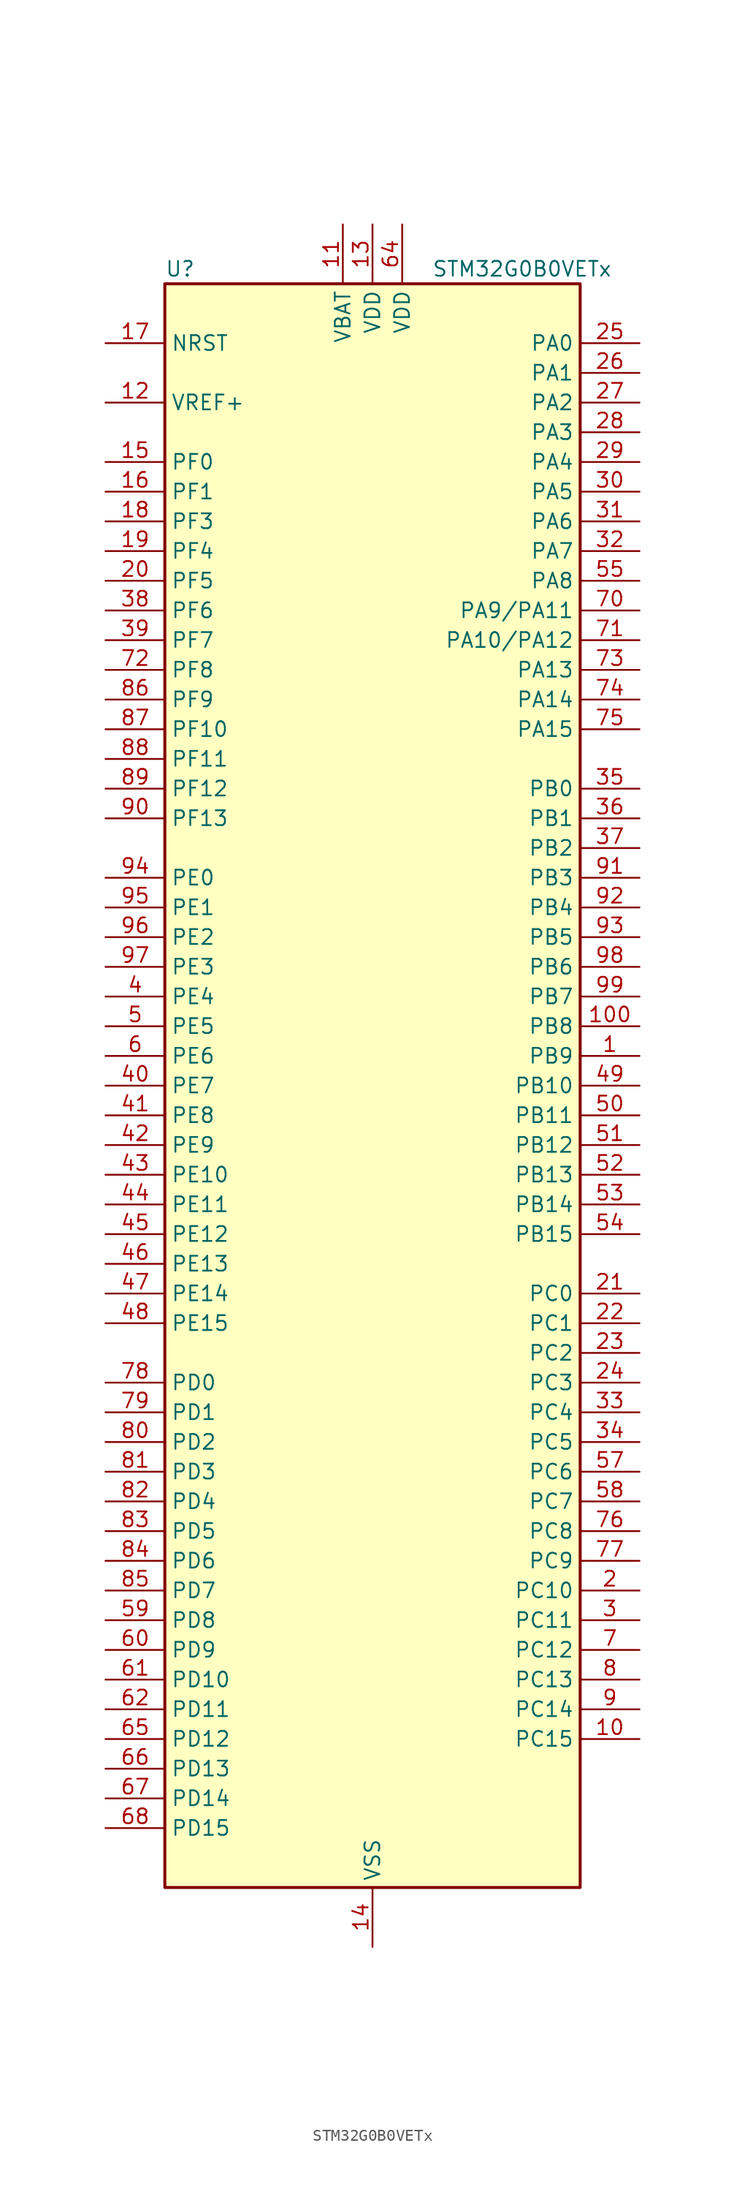
<source format=kicad_sym>
(kicad_symbol_lib
  (version 20241209)
  (generator "kicad_symbol_editor")
  (generator_version "9.0")
  (symbol "STM32G0B0VETx"
    (property "Reference" "U"
      (at -17.78 69.85 0)
      (effects (font (size 1.27 1.27)) (justify left)))
    (property "Value" "STM32G0B0VETx"
      (at 5.08 69.85 0)
      (effects (font (size 1.27 1.27)) (justify left)))
    (symbol "STM32G0B0VETx_0_1"
      (rectangle (start -17.78 -68.58) (end 17.78 68.58) (stroke (width 0.254) (type default)) (fill (type background))))
    (symbol "STM32G0B0VETx_1_1"
      (pin input line (at -22.86 63.5 0) (length 5.08) (name "NRST" (effects (font (size 1.27 1.27)))) (number "17" (effects (font (size 1.27 1.27)))))
      (pin input line (at -22.86 58.42 0) (length 5.08) (name "VREF+" (effects (font (size 1.27 1.27)))) (number "12" (effects (font (size 1.27 1.27)))))
      (pin bidirectional line (at -22.86 53.34 0) (length 5.08) (name "PF0" (effects (font (size 1.27 1.27)))) (number "15" (effects (font (size 1.27 1.27)))) (alternate "CRS1_SYNC" bidirectional line) (alternate "RCC_OSC_IN" bidirectional line) (alternate "TIM14_CH1" bidirectional line))
      (pin bidirectional line (at -22.86 50.8 0) (length 5.08) (name "PF1" (effects (font (size 1.27 1.27)))) (number "16" (effects (font (size 1.27 1.27)))) (alternate "RCC_OSC_EN" bidirectional line) (alternate "RCC_OSC_OUT" bidirectional line) (alternate "TIM15_CH1N" bidirectional line))
      (pin bidirectional line (at -22.86 48.26 0) (length 5.08) (name "PF3" (effects (font (size 1.27 1.27)))) (number "18" (effects (font (size 1.27 1.27)))) (alternate "USART6_CK" bidirectional line) (alternate "USART6_DE" bidirectional line) (alternate "USART6_RTS" bidirectional line))
      (pin bidirectional line (at -22.86 45.72 0) (length 5.08) (name "PF4" (effects (font (size 1.27 1.27)))) (number "19" (effects (font (size 1.27 1.27)))))
      (pin bidirectional line (at -22.86 43.18 0) (length 5.08) (name "PF5" (effects (font (size 1.27 1.27)))) (number "20" (effects (font (size 1.27 1.27)))))
      (pin bidirectional line (at -22.86 40.64 0) (length 5.08) (name "PF6" (effects (font (size 1.27 1.27)))) (number "38" (effects (font (size 1.27 1.27)))))
      (pin bidirectional line (at -22.86 38.1 0) (length 5.08) (name "PF7" (effects (font (size 1.27 1.27)))) (number "39" (effects (font (size 1.27 1.27)))) (alternate "USART5_CTS" bidirectional line) (alternate "USART5_NSS" bidirectional line))
      (pin bidirectional line (at -22.86 35.56 0) (length 5.08) (name "PF8" (effects (font (size 1.27 1.27)))) (number "72" (effects (font (size 1.27 1.27)))))
      (pin bidirectional line (at -22.86 33.02 0) (length 5.08) (name "PF9" (effects (font (size 1.27 1.27)))) (number "86" (effects (font (size 1.27 1.27)))) (alternate "USART6_TX" bidirectional line))
      (pin bidirectional line (at -22.86 30.48 0) (length 5.08) (name "PF10" (effects (font (size 1.27 1.27)))) (number "87" (effects (font (size 1.27 1.27)))) (alternate "USART6_RX" bidirectional line))
      (pin bidirectional line (at -22.86 27.94 0) (length 5.08) (name "PF11" (effects (font (size 1.27 1.27)))) (number "88" (effects (font (size 1.27 1.27)))) (alternate "ADC1_EXTI11" bidirectional line) (alternate "USART6_CK" bidirectional line) (alternate "USART6_DE" bidirectional line) (alternate "USART6_RTS" bidirectional line))
      (pin bidirectional line (at -22.86 25.4 0) (length 5.08) (name "PF12" (effects (font (size 1.27 1.27)))) (number "89" (effects (font (size 1.27 1.27)))) (alternate "TIM15_CH1" bidirectional line) (alternate "USART6_CTS" bidirectional line) (alternate "USART6_NSS" bidirectional line))
      (pin bidirectional line (at -22.86 22.86 0) (length 5.08) (name "PF13" (effects (font (size 1.27 1.27)))) (number "90" (effects (font (size 1.27 1.27)))) (alternate "TIM15_CH2" bidirectional line))
      (pin bidirectional line (at -22.86 17.78 0) (length 5.08) (name "PE0" (effects (font (size 1.27 1.27)))) (number "94" (effects (font (size 1.27 1.27)))) (alternate "TIM16_CH1" bidirectional line) (alternate "TIM4_ETR" bidirectional line))
      (pin bidirectional line (at -22.86 15.24 0) (length 5.08) (name "PE1" (effects (font (size 1.27 1.27)))) (number "95" (effects (font (size 1.27 1.27)))) (alternate "TIM17_CH1" bidirectional line))
      (pin bidirectional line (at -22.86 12.7 0) (length 5.08) (name "PE2" (effects (font (size 1.27 1.27)))) (number "96" (effects (font (size 1.27 1.27)))) (alternate "TIM3_ETR" bidirectional line))
      (pin bidirectional line (at -22.86 10.16 0) (length 5.08) (name "PE3" (effects (font (size 1.27 1.27)))) (number "97" (effects (font (size 1.27 1.27)))) (alternate "TIM3_CH1" bidirectional line))
      (pin bidirectional line (at -22.86 7.62 0) (length 5.08) (name "PE4" (effects (font (size 1.27 1.27)))) (number "4" (effects (font (size 1.27 1.27)))) (alternate "TIM3_CH2" bidirectional line))
      (pin bidirectional line (at -22.86 5.08 0) (length 5.08) (name "PE5" (effects (font (size 1.27 1.27)))) (number "5" (effects (font (size 1.27 1.27)))) (alternate "TIM3_CH3" bidirectional line))
      (pin bidirectional line (at -22.86 2.54 0) (length 5.08) (name "PE6" (effects (font (size 1.27 1.27)))) (number "6" (effects (font (size 1.27 1.27)))) (alternate "RTC_TAMP_IN3" bidirectional line) (alternate "SYS_WKUP3" bidirectional line) (alternate "TIM3_CH4" bidirectional line))
      (pin bidirectional line (at -22.86 0 0) (length 5.08) (name "PE7" (effects (font (size 1.27 1.27)))) (number "40" (effects (font (size 1.27 1.27)))) (alternate "TIM1_ETR" bidirectional line) (alternate "USART5_CK" bidirectional line) (alternate "USART5_DE" bidirectional line) (alternate "USART5_RTS" bidirectional line))
      (pin bidirectional line (at -22.86 -2.54 0) (length 5.08) (name "PE8" (effects (font (size 1.27 1.27)))) (number "41" (effects (font (size 1.27 1.27)))) (alternate "TIM1_CH1N" bidirectional line) (alternate "USART4_TX" bidirectional line))
      (pin bidirectional line (at -22.86 -5.08 0) (length 5.08) (name "PE9" (effects (font (size 1.27 1.27)))) (number "42" (effects (font (size 1.27 1.27)))) (alternate "TIM1_CH1" bidirectional line) (alternate "USART4_RX" bidirectional line))
      (pin bidirectional line (at -22.86 -7.62 0) (length 5.08) (name "PE10" (effects (font (size 1.27 1.27)))) (number "43" (effects (font (size 1.27 1.27)))) (alternate "TIM1_CH2N" bidirectional line) (alternate "USART5_TX" bidirectional line))
      (pin bidirectional line (at -22.86 -10.16 0) (length 5.08) (name "PE11" (effects (font (size 1.27 1.27)))) (number "44" (effects (font (size 1.27 1.27)))) (alternate "ADC1_EXTI11" bidirectional line) (alternate "TIM1_CH2" bidirectional line) (alternate "USART5_RX" bidirectional line))
      (pin bidirectional line (at -22.86 -12.7 0) (length 5.08) (name "PE12" (effects (font (size 1.27 1.27)))) (number "45" (effects (font (size 1.27 1.27)))) (alternate "I2S1_WS" bidirectional line) (alternate "SPI1_NSS" bidirectional line) (alternate "TIM1_CH3N" bidirectional line))
      (pin bidirectional line (at -22.86 -15.24 0) (length 5.08) (name "PE13" (effects (font (size 1.27 1.27)))) (number "46" (effects (font (size 1.27 1.27)))) (alternate "I2S1_CK" bidirectional line) (alternate "SPI1_SCK" bidirectional line) (alternate "TIM1_CH3" bidirectional line))
      (pin bidirectional line (at -22.86 -17.78 0) (length 5.08) (name "PE14" (effects (font (size 1.27 1.27)))) (number "47" (effects (font (size 1.27 1.27)))) (alternate "I2S1_MCK" bidirectional line) (alternate "SPI1_MISO" bidirectional line) (alternate "TIM1_BK2" bidirectional line) (alternate "TIM1_CH4" bidirectional line))
      (pin bidirectional line (at -22.86 -20.32 0) (length 5.08) (name "PE15" (effects (font (size 1.27 1.27)))) (number "48" (effects (font (size 1.27 1.27)))) (alternate "I2S1_SD" bidirectional line) (alternate "SPI1_MOSI" bidirectional line) (alternate "TIM1_BK" bidirectional line))
      (pin bidirectional line (at -22.86 -25.4 0) (length 5.08) (name "PD0" (effects (font (size 1.27 1.27)))) (number "78" (effects (font (size 1.27 1.27)))) (alternate "I2S2_WS" bidirectional line) (alternate "SPI2_NSS" bidirectional line) (alternate "TIM16_CH1" bidirectional line))
      (pin bidirectional line (at -22.86 -27.94 0) (length 5.08) (name "PD1" (effects (font (size 1.27 1.27)))) (number "79" (effects (font (size 1.27 1.27)))) (alternate "I2S2_CK" bidirectional line) (alternate "SPI2_SCK" bidirectional line) (alternate "TIM17_CH1" bidirectional line))
      (pin bidirectional line (at -22.86 -30.48 0) (length 5.08) (name "PD2" (effects (font (size 1.27 1.27)))) (number "80" (effects (font (size 1.27 1.27)))) (alternate "TIM1_CH1N" bidirectional line) (alternate "TIM3_ETR" bidirectional line) (alternate "USART3_CK" bidirectional line) (alternate "USART3_DE" bidirectional line) (alternate "USART3_RTS" bidirectional line) (alternate "USART5_RX" bidirectional line))
      (pin bidirectional line (at -22.86 -33.02 0) (length 5.08) (name "PD3" (effects (font (size 1.27 1.27)))) (number "81" (effects (font (size 1.27 1.27)))) (alternate "I2S2_MCK" bidirectional line) (alternate "SPI2_MISO" bidirectional line) (alternate "TIM1_CH2N" bidirectional line) (alternate "USART2_CTS" bidirectional line) (alternate "USART2_NSS" bidirectional line) (alternate "USART5_TX" bidirectional line))
      (pin bidirectional line (at -22.86 -35.56 0) (length 5.08) (name "PD4" (effects (font (size 1.27 1.27)))) (number "82" (effects (font (size 1.27 1.27)))) (alternate "I2S2_SD" bidirectional line) (alternate "SPI2_MOSI" bidirectional line) (alternate "TIM1_CH3N" bidirectional line) (alternate "USART2_CK" bidirectional line) (alternate "USART2_DE" bidirectional line) (alternate "USART2_RTS" bidirectional line) (alternate "USART5_CK" bidirectional line) (alternate "USART5_DE" bidirectional line) (alternate "USART5_RTS" bidirectional line))
      (pin bidirectional line (at -22.86 -38.1 0) (length 5.08) (name "PD5" (effects (font (size 1.27 1.27)))) (number "83" (effects (font (size 1.27 1.27)))) (alternate "I2S1_MCK" bidirectional line) (alternate "SPI1_MISO" bidirectional line) (alternate "TIM1_BK" bidirectional line) (alternate "USART2_TX" bidirectional line) (alternate "USART5_CTS" bidirectional line) (alternate "USART5_NSS" bidirectional line))
      (pin bidirectional line (at -22.86 -40.64 0) (length 5.08) (name "PD6" (effects (font (size 1.27 1.27)))) (number "84" (effects (font (size 1.27 1.27)))) (alternate "I2S1_SD" bidirectional line) (alternate "SPI1_MOSI" bidirectional line) (alternate "USART2_RX" bidirectional line))
      (pin bidirectional line (at -22.86 -43.18 0) (length 5.08) (name "PD7" (effects (font (size 1.27 1.27)))) (number "85" (effects (font (size 1.27 1.27)))) (alternate "RCC_MCO_2" bidirectional line))
      (pin bidirectional line (at -22.86 -45.72 0) (length 5.08) (name "PD8" (effects (font (size 1.27 1.27)))) (number "59" (effects (font (size 1.27 1.27)))) (alternate "I2S1_CK" bidirectional line) (alternate "SPI1_SCK" bidirectional line) (alternate "USART3_TX" bidirectional line))
      (pin bidirectional line (at -22.86 -48.26 0) (length 5.08) (name "PD9" (effects (font (size 1.27 1.27)))) (number "60" (effects (font (size 1.27 1.27)))) (alternate "I2S1_WS" bidirectional line) (alternate "SPI1_NSS" bidirectional line) (alternate "TIM1_BK2" bidirectional line) (alternate "USART3_RX" bidirectional line))
      (pin bidirectional line (at -22.86 -50.8 0) (length 5.08) (name "PD10" (effects (font (size 1.27 1.27)))) (number "61" (effects (font (size 1.27 1.27)))) (alternate "RCC_MCO" bidirectional line))
      (pin bidirectional line (at -22.86 -53.34 0) (length 5.08) (name "PD11" (effects (font (size 1.27 1.27)))) (number "62" (effects (font (size 1.27 1.27)))) (alternate "ADC1_EXTI11" bidirectional line) (alternate "USART3_CTS" bidirectional line) (alternate "USART3_NSS" bidirectional line))
      (pin bidirectional line (at -22.86 -55.88 0) (length 5.08) (name "PD12" (effects (font (size 1.27 1.27)))) (number "65" (effects (font (size 1.27 1.27)))) (alternate "TIM4_CH1" bidirectional line) (alternate "USART3_CK" bidirectional line) (alternate "USART3_DE" bidirectional line) (alternate "USART3_RTS" bidirectional line))
      (pin bidirectional line (at -22.86 -58.42 0) (length 5.08) (name "PD13" (effects (font (size 1.27 1.27)))) (number "66" (effects (font (size 1.27 1.27)))) (alternate "TIM4_CH2" bidirectional line))
      (pin bidirectional line (at -22.86 -60.96 0) (length 5.08) (name "PD14" (effects (font (size 1.27 1.27)))) (number "67" (effects (font (size 1.27 1.27)))) (alternate "TIM4_CH3" bidirectional line))
      (pin bidirectional line (at -22.86 -63.5 0) (length 5.08) (name "PD15" (effects (font (size 1.27 1.27)))) (number "68" (effects (font (size 1.27 1.27)))) (alternate "CRS1_SYNC" bidirectional line) (alternate "TIM4_CH4" bidirectional line))
      (pin no_connect line (at -17.78 -66.04 0) (length 5.08) (hide yes) (name "NC/PA10" (effects (font (size 1.27 1.27)))) (number "69" (effects (font (size 1.27 1.27)))) (alternate "I2C1_SDA (PA10)" bidirectional line) (alternate "I2C2_SDA (PA10)" bidirectional line) (alternate "I2S2_SD (PA10)" bidirectional line) (alternate "NC" bidirectional line) (alternate "PA10" bidirectional line) (alternate "RCC_MCO_2 (PA10)" bidirectional line) (alternate "SPI2_MOSI (PA10)" bidirectional line) (alternate "TIM17_BK (PA10)" bidirectional line) (alternate "TIM1_CH3 (PA10)" bidirectional line) (alternate "USART1_RX (PA10)" bidirectional line))
      (pin no_connect line (at -17.78 -68.58 0) (length 5.08) (hide yes) (name "NC/PA9" (effects (font (size 1.27 1.27)))) (number "56" (effects (font (size 1.27 1.27)))) (alternate "I2C1_SCL (PA9)" bidirectional line) (alternate "I2C2_SCL (PA9)" bidirectional line) (alternate "I2S2_MCK (PA9)" bidirectional line) (alternate "NC" bidirectional line) (alternate "PA9" bidirectional line) (alternate "RCC_MCO (PA9)" bidirectional line) (alternate "SPI2_MISO (PA9)" bidirectional line) (alternate "TIM15_BK (PA9)" bidirectional line) (alternate "TIM1_CH2 (PA9)" bidirectional line) (alternate "USART1_TX (PA9)" bidirectional line))
      (pin power_in line (at -2.54 73.66 270) (length 5.08) (name "VBAT" (effects (font (size 1.27 1.27)))) (number "11" (effects (font (size 1.27 1.27)))))
      (pin power_in line (at 0 73.66 270) (length 5.08) (name "VDD" (effects (font (size 1.27 1.27)))) (number "13" (effects (font (size 1.27 1.27)))))
      (pin power_in line (at 0 -73.66 90) (length 5.08) (name "VSS" (effects (font (size 1.27 1.27)))) (number "14" (effects (font (size 1.27 1.27)))))
      (pin passive line (at 0 -73.66 90) (length 5.08) (hide yes) (name "VSS" (effects (font (size 1.27 1.27)))) (number "63" (effects (font (size 1.27 1.27)))))
      (pin power_in line (at 2.54 73.66 270) (length 5.08) (name "VDD" (effects (font (size 1.27 1.27)))) (number "64" (effects (font (size 1.27 1.27)))))
      (pin bidirectional line (at 22.86 63.5 180) (length 5.08) (name "PA0" (effects (font (size 1.27 1.27)))) (number "25" (effects (font (size 1.27 1.27)))) (alternate "ADC1_IN0" bidirectional line) (alternate "I2S2_CK" bidirectional line) (alternate "RTC_TAMP_IN2" bidirectional line) (alternate "SPI2_SCK" bidirectional line) (alternate "SYS_WKUP1" bidirectional line) (alternate "USART2_CTS" bidirectional line) (alternate "USART2_NSS" bidirectional line) (alternate "USART4_TX" bidirectional line))
      (pin bidirectional line (at 22.86 60.96 180) (length 5.08) (name "PA1" (effects (font (size 1.27 1.27)))) (number "26" (effects (font (size 1.27 1.27)))) (alternate "ADC1_IN1" bidirectional line) (alternate "I2C1_SMBA" bidirectional line) (alternate "I2S1_CK" bidirectional line) (alternate "SPI1_SCK" bidirectional line) (alternate "TIM15_CH1N" bidirectional line) (alternate "USART2_CK" bidirectional line) (alternate "USART2_DE" bidirectional line) (alternate "USART2_RTS" bidirectional line) (alternate "USART4_RX" bidirectional line))
      (pin bidirectional line (at 22.86 58.42 180) (length 5.08) (name "PA2" (effects (font (size 1.27 1.27)))) (number "27" (effects (font (size 1.27 1.27)))) (alternate "ADC1_IN2" bidirectional line) (alternate "I2S1_SD" bidirectional line) (alternate "RCC_LSCO" bidirectional line) (alternate "SPI1_MOSI" bidirectional line) (alternate "SYS_WKUP4" bidirectional line) (alternate "TIM15_CH1" bidirectional line) (alternate "USART2_TX" bidirectional line))
      (pin bidirectional line (at 22.86 55.88 180) (length 5.08) (name "PA3" (effects (font (size 1.27 1.27)))) (number "28" (effects (font (size 1.27 1.27)))) (alternate "ADC1_IN3" bidirectional line) (alternate "I2S2_MCK" bidirectional line) (alternate "SPI2_MISO" bidirectional line) (alternate "TIM15_CH2" bidirectional line) (alternate "USART2_RX" bidirectional line))
      (pin bidirectional line (at 22.86 53.34 180) (length 5.08) (name "PA4" (effects (font (size 1.27 1.27)))) (number "29" (effects (font (size 1.27 1.27)))) (alternate "ADC1_IN4" bidirectional line) (alternate "I2S1_WS" bidirectional line) (alternate "I2S2_SD" bidirectional line) (alternate "RTC_OUT2" bidirectional line) (alternate "SPI1_NSS" bidirectional line) (alternate "SPI2_MOSI" bidirectional line) (alternate "SPI3_NSS" bidirectional line) (alternate "TIM14_CH1" bidirectional line) (alternate "USART6_TX" bidirectional line) (alternate "USB_NOE" bidirectional line))
      (pin bidirectional line (at 22.86 50.8 180) (length 5.08) (name "PA5" (effects (font (size 1.27 1.27)))) (number "30" (effects (font (size 1.27 1.27)))) (alternate "ADC1_IN5" bidirectional line) (alternate "I2S1_CK" bidirectional line) (alternate "SPI1_SCK" bidirectional line) (alternate "USART3_TX" bidirectional line) (alternate "USART6_RX" bidirectional line))
      (pin bidirectional line (at 22.86 48.26 180) (length 5.08) (name "PA6" (effects (font (size 1.27 1.27)))) (number "31" (effects (font (size 1.27 1.27)))) (alternate "ADC1_IN6" bidirectional line) (alternate "I2C2_SDA" bidirectional line) (alternate "I2C3_SDA" bidirectional line) (alternate "I2S1_MCK" bidirectional line) (alternate "SPI1_MISO" bidirectional line) (alternate "TIM16_CH1" bidirectional line) (alternate "TIM1_BK" bidirectional line) (alternate "TIM3_CH1" bidirectional line) (alternate "USART3_CTS" bidirectional line) (alternate "USART3_NSS" bidirectional line) (alternate "USART6_CTS" bidirectional line) (alternate "USART6_NSS" bidirectional line))
      (pin bidirectional line (at 22.86 45.72 180) (length 5.08) (name "PA7" (effects (font (size 1.27 1.27)))) (number "32" (effects (font (size 1.27 1.27)))) (alternate "ADC1_IN7" bidirectional line) (alternate "I2C2_SCL" bidirectional line) (alternate "I2C3_SCL" bidirectional line) (alternate "I2S1_SD" bidirectional line) (alternate "SPI1_MOSI" bidirectional line) (alternate "TIM14_CH1" bidirectional line) (alternate "TIM17_CH1" bidirectional line) (alternate "TIM1_CH1N" bidirectional line) (alternate "TIM3_CH2" bidirectional line) (alternate "USART6_CK" bidirectional line) (alternate "USART6_DE" bidirectional line) (alternate "USART6_RTS" bidirectional line))
      (pin bidirectional line (at 22.86 43.18 180) (length 5.08) (name "PA8" (effects (font (size 1.27 1.27)))) (number "55" (effects (font (size 1.27 1.27)))) (alternate "CRS1_SYNC" bidirectional line) (alternate "I2C2_SMBA" bidirectional line) (alternate "I2S2_WS" bidirectional line) (alternate "RCC_MCO" bidirectional line) (alternate "SPI2_NSS" bidirectional line) (alternate "TIM1_CH1" bidirectional line))
      (pin bidirectional line (at 22.86 40.64 180) (length 5.08) (name "PA9/PA11" (effects (font (size 1.27 1.27)))) (number "70" (effects (font (size 1.27 1.27)))) (alternate "ADC1_EXTI11 (PA11)" bidirectional line) (alternate "I2C1_SCL (PA9)" bidirectional line) (alternate "I2C2_SCL (PA11)" bidirectional line) (alternate "I2C2_SCL (PA9)" bidirectional line) (alternate "I2S1_MCK (PA11)" bidirectional line) (alternate "I2S2_MCK (PA9)" bidirectional line) (alternate "PA11" bidirectional line) (alternate "PA9" bidirectional line) (alternate "RCC_MCO (PA9)" bidirectional line) (alternate "SPI1_MISO (PA11)" bidirectional line) (alternate "SPI2_MISO (PA9)" bidirectional line) (alternate "TIM15_BK (PA9)" bidirectional line) (alternate "TIM1_BK2 (PA11)" bidirectional line) (alternate "TIM1_CH2 (PA9)" bidirectional line) (alternate "TIM1_CH4 (PA11)" bidirectional line) (alternate "USART1_CTS (PA11)" bidirectional line) (alternate "USART1_NSS (PA11)" bidirectional line) (alternate "USART1_TX (PA9)" bidirectional line) (alternate "USB_DM (PA11)" bidirectional line))
      (pin bidirectional line (at 22.86 38.1 180) (length 5.08) (name "PA10/PA12" (effects (font (size 1.27 1.27)))) (number "71" (effects (font (size 1.27 1.27)))) (alternate "I2C1_SDA (PA10)" bidirectional line) (alternate "I2C2_SDA (PA10)" bidirectional line) (alternate "I2C2_SDA (PA12)" bidirectional line) (alternate "I2S1_SD (PA12)" bidirectional line) (alternate "I2S2_SD (PA10)" bidirectional line) (alternate "I2S_CKIN (PA12)" bidirectional line) (alternate "PA10" bidirectional line) (alternate "PA12" bidirectional line) (alternate "RCC_MCO_2 (PA10)" bidirectional line) (alternate "SPI1_MOSI (PA12)" bidirectional line) (alternate "SPI2_MOSI (PA10)" bidirectional line) (alternate "TIM17_BK (PA10)" bidirectional line) (alternate "TIM1_CH3 (PA10)" bidirectional line) (alternate "TIM1_ETR (PA12)" bidirectional line) (alternate "USART1_CK (PA12)" bidirectional line) (alternate "USART1_DE (PA12)" bidirectional line) (alternate "USART1_RTS (PA12)" bidirectional line) (alternate "USART1_RX (PA10)" bidirectional line) (alternate "USB_DP (PA12)" bidirectional line))
      (pin bidirectional line (at 22.86 35.56 180) (length 5.08) (name "PA13" (effects (font (size 1.27 1.27)))) (number "73" (effects (font (size 1.27 1.27)))) (alternate "IR_OUT" bidirectional line) (alternate "SYS_SWDIO" bidirectional line) (alternate "USB_NOE" bidirectional line))
      (pin bidirectional line (at 22.86 33.02 180) (length 5.08) (name "PA14" (effects (font (size 1.27 1.27)))) (number "74" (effects (font (size 1.27 1.27)))) (alternate "SYS_SWCLK" bidirectional line) (alternate "USART2_TX" bidirectional line))
      (pin bidirectional line (at 22.86 30.48 180) (length 5.08) (name "PA15" (effects (font (size 1.27 1.27)))) (number "75" (effects (font (size 1.27 1.27)))) (alternate "I2C2_SMBA" bidirectional line) (alternate "I2S1_WS" bidirectional line) (alternate "RCC_MCO_2" bidirectional line) (alternate "SPI1_NSS" bidirectional line) (alternate "SPI3_NSS" bidirectional line) (alternate "USART2_RX" bidirectional line) (alternate "USART3_CK" bidirectional line) (alternate "USART3_DE" bidirectional line) (alternate "USART3_RTS" bidirectional line) (alternate "USART4_CK" bidirectional line) (alternate "USART4_DE" bidirectional line) (alternate "USART4_RTS" bidirectional line) (alternate "USB_NOE" bidirectional line))
      (pin bidirectional line (at 22.86 25.4 180) (length 5.08) (name "PB0" (effects (font (size 1.27 1.27)))) (number "35" (effects (font (size 1.27 1.27)))) (alternate "ADC1_IN8" bidirectional line) (alternate "I2S1_WS" bidirectional line) (alternate "SPI1_NSS" bidirectional line) (alternate "TIM1_CH2N" bidirectional line) (alternate "TIM3_CH3" bidirectional line) (alternate "USART3_RX" bidirectional line) (alternate "USART5_TX" bidirectional line))
      (pin bidirectional line (at 22.86 22.86 180) (length 5.08) (name "PB1" (effects (font (size 1.27 1.27)))) (number "36" (effects (font (size 1.27 1.27)))) (alternate "ADC1_IN9" bidirectional line) (alternate "TIM14_CH1" bidirectional line) (alternate "TIM1_CH3N" bidirectional line) (alternate "TIM3_CH4" bidirectional line) (alternate "USART3_CK" bidirectional line) (alternate "USART3_DE" bidirectional line) (alternate "USART3_RTS" bidirectional line) (alternate "USART5_RX" bidirectional line))
      (pin bidirectional line (at 22.86 20.32 180) (length 5.08) (name "PB2" (effects (font (size 1.27 1.27)))) (number "37" (effects (font (size 1.27 1.27)))) (alternate "ADC1_IN10" bidirectional line) (alternate "I2S2_MCK" bidirectional line) (alternate "RCC_MCO_2" bidirectional line) (alternate "SPI2_MISO" bidirectional line) (alternate "USART3_TX" bidirectional line))
      (pin bidirectional line (at 22.86 17.78 180) (length 5.08) (name "PB3" (effects (font (size 1.27 1.27)))) (number "91" (effects (font (size 1.27 1.27)))) (alternate "I2C2_SCL" bidirectional line) (alternate "I2C3_SCL" bidirectional line) (alternate "I2S1_CK" bidirectional line) (alternate "SPI1_SCK" bidirectional line) (alternate "SPI3_SCK" bidirectional line) (alternate "TIM1_CH2" bidirectional line) (alternate "USART1_CK" bidirectional line) (alternate "USART1_DE" bidirectional line) (alternate "USART1_RTS" bidirectional line) (alternate "USART5_TX" bidirectional line))
      (pin bidirectional line (at 22.86 15.24 180) (length 5.08) (name "PB4" (effects (font (size 1.27 1.27)))) (number "92" (effects (font (size 1.27 1.27)))) (alternate "I2C2_SDA" bidirectional line) (alternate "I2C3_SDA" bidirectional line) (alternate "I2S1_MCK" bidirectional line) (alternate "SPI1_MISO" bidirectional line) (alternate "SPI3_MISO" bidirectional line) (alternate "TIM17_BK" bidirectional line) (alternate "TIM3_CH1" bidirectional line) (alternate "USART1_CTS" bidirectional line) (alternate "USART1_NSS" bidirectional line) (alternate "USART5_RX" bidirectional line))
      (pin bidirectional line (at 22.86 12.7 180) (length 5.08) (name "PB5" (effects (font (size 1.27 1.27)))) (number "93" (effects (font (size 1.27 1.27)))) (alternate "I2C1_SMBA" bidirectional line) (alternate "I2S1_SD" bidirectional line) (alternate "SPI1_MOSI" bidirectional line) (alternate "SPI3_MOSI" bidirectional line) (alternate "SYS_WKUP6" bidirectional line) (alternate "TIM16_BK" bidirectional line) (alternate "TIM3_CH2" bidirectional line) (alternate "USART5_CK" bidirectional line) (alternate "USART5_DE" bidirectional line) (alternate "USART5_RTS" bidirectional line))
      (pin bidirectional line (at 22.86 10.16 180) (length 5.08) (name "PB6" (effects (font (size 1.27 1.27)))) (number "98" (effects (font (size 1.27 1.27)))) (alternate "I2C1_SCL" bidirectional line) (alternate "I2S2_MCK" bidirectional line) (alternate "SPI2_MISO" bidirectional line) (alternate "TIM16_CH1N" bidirectional line) (alternate "TIM1_CH3" bidirectional line) (alternate "TIM4_CH1" bidirectional line) (alternate "USART1_TX" bidirectional line) (alternate "USART5_CTS" bidirectional line) (alternate "USART5_NSS" bidirectional line))
      (pin bidirectional line (at 22.86 7.62 180) (length 5.08) (name "PB7" (effects (font (size 1.27 1.27)))) (number "99" (effects (font (size 1.27 1.27)))) (alternate "I2C1_SDA" bidirectional line) (alternate "I2S2_SD" bidirectional line) (alternate "SPI2_MOSI" bidirectional line) (alternate "TIM17_CH1N" bidirectional line) (alternate "TIM4_CH2" bidirectional line) (alternate "USART1_RX" bidirectional line) (alternate "USART4_CTS" bidirectional line) (alternate "USART4_NSS" bidirectional line))
      (pin bidirectional line (at 22.86 5.08 180) (length 5.08) (name "PB8" (effects (font (size 1.27 1.27)))) (number "100" (effects (font (size 1.27 1.27)))) (alternate "I2C1_SCL" bidirectional line) (alternate "I2S2_CK" bidirectional line) (alternate "SPI2_SCK" bidirectional line) (alternate "TIM15_BK" bidirectional line) (alternate "TIM16_CH1" bidirectional line) (alternate "TIM4_CH3" bidirectional line) (alternate "USART3_TX" bidirectional line) (alternate "USART6_TX" bidirectional line))
      (pin bidirectional line (at 22.86 2.54 180) (length 5.08) (name "PB9" (effects (font (size 1.27 1.27)))) (number "1" (effects (font (size 1.27 1.27)))) (alternate "I2C1_SDA" bidirectional line) (alternate "I2S2_WS" bidirectional line) (alternate "IR_OUT" bidirectional line) (alternate "SPI2_NSS" bidirectional line) (alternate "TIM17_CH1" bidirectional line) (alternate "TIM4_CH4" bidirectional line) (alternate "USART3_RX" bidirectional line) (alternate "USART6_RX" bidirectional line))
      (pin bidirectional line (at 22.86 0 180) (length 5.08) (name "PB10" (effects (font (size 1.27 1.27)))) (number "49" (effects (font (size 1.27 1.27)))) (alternate "ADC1_IN11" bidirectional line) (alternate "I2C2_SCL" bidirectional line) (alternate "I2S2_CK" bidirectional line) (alternate "SPI2_SCK" bidirectional line) (alternate "USART3_TX" bidirectional line))
      (pin bidirectional line (at 22.86 -2.54 180) (length 5.08) (name "PB11" (effects (font (size 1.27 1.27)))) (number "50" (effects (font (size 1.27 1.27)))) (alternate "ADC1_EXTI11" bidirectional line) (alternate "ADC1_IN15" bidirectional line) (alternate "I2C2_SDA" bidirectional line) (alternate "I2S2_SD" bidirectional line) (alternate "SPI2_MOSI" bidirectional line) (alternate "USART3_RX" bidirectional line))
      (pin bidirectional line (at 22.86 -5.08 180) (length 5.08) (name "PB12" (effects (font (size 1.27 1.27)))) (number "51" (effects (font (size 1.27 1.27)))) (alternate "ADC1_IN16" bidirectional line) (alternate "I2C2_SMBA" bidirectional line) (alternate "I2S2_WS" bidirectional line) (alternate "SPI2_NSS" bidirectional line) (alternate "TIM15_BK" bidirectional line) (alternate "TIM1_BK" bidirectional line))
      (pin bidirectional line (at 22.86 -7.62 180) (length 5.08) (name "PB13" (effects (font (size 1.27 1.27)))) (number "52" (effects (font (size 1.27 1.27)))) (alternate "I2C2_SCL" bidirectional line) (alternate "I2S2_CK" bidirectional line) (alternate "SPI2_SCK" bidirectional line) (alternate "TIM15_CH1N" bidirectional line) (alternate "TIM1_CH1N" bidirectional line) (alternate "USART3_CTS" bidirectional line) (alternate "USART3_NSS" bidirectional line))
      (pin bidirectional line (at 22.86 -10.16 180) (length 5.08) (name "PB14" (effects (font (size 1.27 1.27)))) (number "53" (effects (font (size 1.27 1.27)))) (alternate "I2C2_SDA" bidirectional line) (alternate "I2S2_MCK" bidirectional line) (alternate "SPI2_MISO" bidirectional line) (alternate "TIM15_CH1" bidirectional line) (alternate "TIM1_CH2N" bidirectional line) (alternate "USART3_CK" bidirectional line) (alternate "USART3_DE" bidirectional line) (alternate "USART3_RTS" bidirectional line) (alternate "USART6_CK" bidirectional line) (alternate "USART6_DE" bidirectional line) (alternate "USART6_RTS" bidirectional line))
      (pin bidirectional line (at 22.86 -12.7 180) (length 5.08) (name "PB15" (effects (font (size 1.27 1.27)))) (number "54" (effects (font (size 1.27 1.27)))) (alternate "I2S2_SD" bidirectional line) (alternate "RTC_REFIN" bidirectional line) (alternate "SPI2_MOSI" bidirectional line) (alternate "TIM15_CH1N" bidirectional line) (alternate "TIM15_CH2" bidirectional line) (alternate "TIM1_CH3N" bidirectional line) (alternate "USART6_CTS" bidirectional line) (alternate "USART6_NSS" bidirectional line))
      (pin bidirectional line (at 22.86 -17.78 180) (length 5.08) (name "PC0" (effects (font (size 1.27 1.27)))) (number "21" (effects (font (size 1.27 1.27)))) (alternate "I2C3_SCL" bidirectional line) (alternate "USART6_TX" bidirectional line))
      (pin bidirectional line (at 22.86 -20.32 180) (length 5.08) (name "PC1" (effects (font (size 1.27 1.27)))) (number "22" (effects (font (size 1.27 1.27)))) (alternate "I2C3_SDA" bidirectional line) (alternate "TIM15_CH1" bidirectional line) (alternate "USART6_RX" bidirectional line))
      (pin bidirectional line (at 22.86 -22.86 180) (length 5.08) (name "PC2" (effects (font (size 1.27 1.27)))) (number "23" (effects (font (size 1.27 1.27)))) (alternate "I2S2_MCK" bidirectional line) (alternate "SPI2_MISO" bidirectional line) (alternate "TIM15_CH2" bidirectional line))
      (pin bidirectional line (at 22.86 -25.4 180) (length 5.08) (name "PC3" (effects (font (size 1.27 1.27)))) (number "24" (effects (font (size 1.27 1.27)))) (alternate "I2S2_SD" bidirectional line) (alternate "SPI2_MOSI" bidirectional line))
      (pin bidirectional line (at 22.86 -27.94 180) (length 5.08) (name "PC4" (effects (font (size 1.27 1.27)))) (number "33" (effects (font (size 1.27 1.27)))) (alternate "ADC1_IN17" bidirectional line) (alternate "USART1_TX" bidirectional line) (alternate "USART3_TX" bidirectional line))
      (pin bidirectional line (at 22.86 -30.48 180) (length 5.08) (name "PC5" (effects (font (size 1.27 1.27)))) (number "34" (effects (font (size 1.27 1.27)))) (alternate "ADC1_IN18" bidirectional line) (alternate "SYS_WKUP5" bidirectional line) (alternate "USART1_RX" bidirectional line) (alternate "USART3_RX" bidirectional line))
      (pin bidirectional line (at 22.86 -33.02 180) (length 5.08) (name "PC6" (effects (font (size 1.27 1.27)))) (number "57" (effects (font (size 1.27 1.27)))) (alternate "TIM3_CH1" bidirectional line))
      (pin bidirectional line (at 22.86 -35.56 180) (length 5.08) (name "PC7" (effects (font (size 1.27 1.27)))) (number "58" (effects (font (size 1.27 1.27)))) (alternate "TIM3_CH2" bidirectional line))
      (pin bidirectional line (at 22.86 -38.1 180) (length 5.08) (name "PC8" (effects (font (size 1.27 1.27)))) (number "76" (effects (font (size 1.27 1.27)))) (alternate "TIM1_CH1" bidirectional line) (alternate "TIM3_CH3" bidirectional line))
      (pin bidirectional line (at 22.86 -40.64 180) (length 5.08) (name "PC9" (effects (font (size 1.27 1.27)))) (number "77" (effects (font (size 1.27 1.27)))) (alternate "I2S_CKIN" bidirectional line) (alternate "TIM1_CH2" bidirectional line) (alternate "TIM3_CH4" bidirectional line) (alternate "USB_NOE" bidirectional line))
      (pin bidirectional line (at 22.86 -43.18 180) (length 5.08) (name "PC10" (effects (font (size 1.27 1.27)))) (number "2" (effects (font (size 1.27 1.27)))) (alternate "SPI3_SCK" bidirectional line) (alternate "TIM1_CH3" bidirectional line) (alternate "USART3_TX" bidirectional line) (alternate "USART4_TX" bidirectional line))
      (pin bidirectional line (at 22.86 -45.72 180) (length 5.08) (name "PC11" (effects (font (size 1.27 1.27)))) (number "3" (effects (font (size 1.27 1.27)))) (alternate "ADC1_EXTI11" bidirectional line) (alternate "SPI3_MISO" bidirectional line) (alternate "TIM1_CH4" bidirectional line) (alternate "USART3_RX" bidirectional line) (alternate "USART4_RX" bidirectional line))
      (pin bidirectional line (at 22.86 -48.26 180) (length 5.08) (name "PC12" (effects (font (size 1.27 1.27)))) (number "7" (effects (font (size 1.27 1.27)))) (alternate "SPI3_MOSI" bidirectional line) (alternate "TIM14_CH1" bidirectional line) (alternate "USART5_TX" bidirectional line))
      (pin bidirectional line (at 22.86 -50.8 180) (length 5.08) (name "PC13" (effects (font (size 1.27 1.27)))) (number "8" (effects (font (size 1.27 1.27)))) (alternate "RTC_OUT1" bidirectional line) (alternate "RTC_TAMP_IN1" bidirectional line) (alternate "RTC_TS" bidirectional line) (alternate "SYS_WKUP2" bidirectional line) (alternate "TIM1_BK" bidirectional line))
      (pin bidirectional line (at 22.86 -53.34 180) (length 5.08) (name "PC14" (effects (font (size 1.27 1.27)))) (number "9" (effects (font (size 1.27 1.27)))) (alternate "RCC_OSC32_IN" bidirectional line) (alternate "TIM1_BK2" bidirectional line))
      (pin bidirectional line (at 22.86 -55.88 180) (length 5.08) (name "PC15" (effects (font (size 1.27 1.27)))) (number "10" (effects (font (size 1.27 1.27)))) (alternate "RCC_OSC32_EN" bidirectional line) (alternate "RCC_OSC32_OUT" bidirectional line) (alternate "RCC_OSC_EN" bidirectional line) (alternate "TIM15_BK" bidirectional line)))))
</source>
